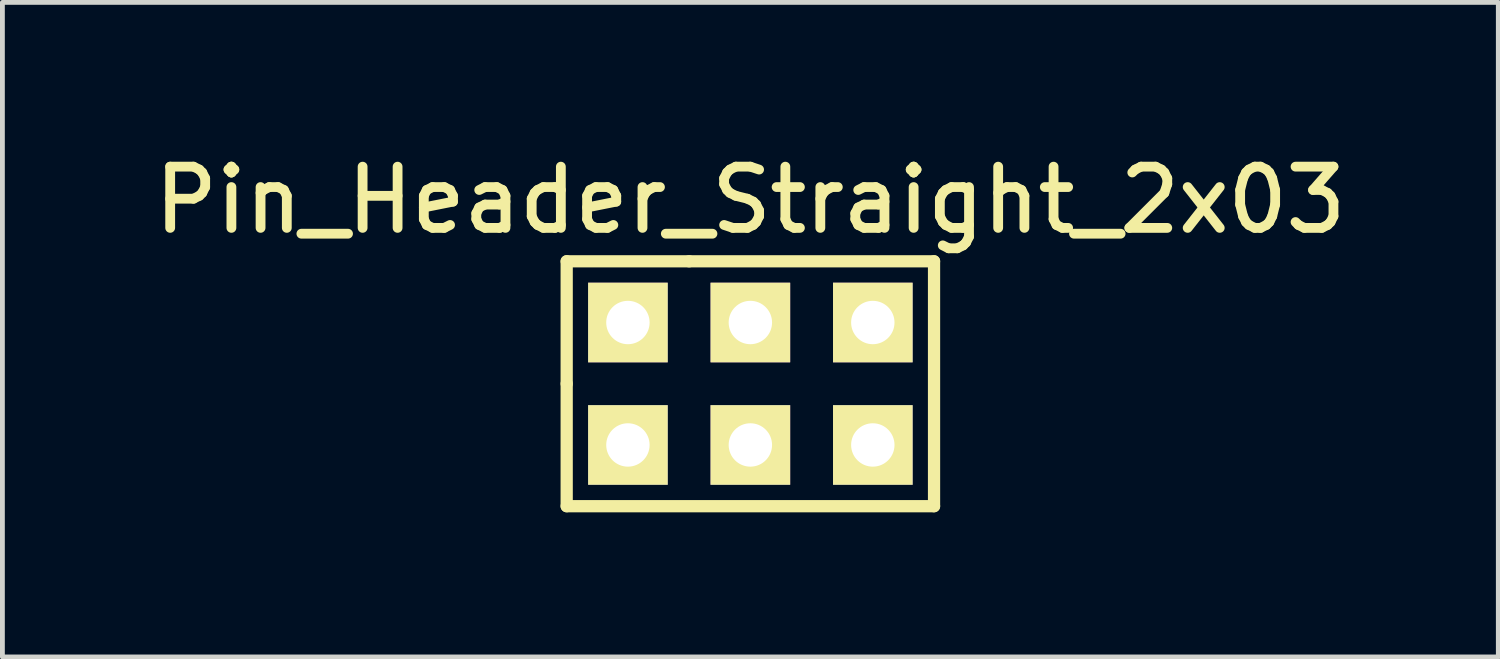
<source format=kicad_pcb>
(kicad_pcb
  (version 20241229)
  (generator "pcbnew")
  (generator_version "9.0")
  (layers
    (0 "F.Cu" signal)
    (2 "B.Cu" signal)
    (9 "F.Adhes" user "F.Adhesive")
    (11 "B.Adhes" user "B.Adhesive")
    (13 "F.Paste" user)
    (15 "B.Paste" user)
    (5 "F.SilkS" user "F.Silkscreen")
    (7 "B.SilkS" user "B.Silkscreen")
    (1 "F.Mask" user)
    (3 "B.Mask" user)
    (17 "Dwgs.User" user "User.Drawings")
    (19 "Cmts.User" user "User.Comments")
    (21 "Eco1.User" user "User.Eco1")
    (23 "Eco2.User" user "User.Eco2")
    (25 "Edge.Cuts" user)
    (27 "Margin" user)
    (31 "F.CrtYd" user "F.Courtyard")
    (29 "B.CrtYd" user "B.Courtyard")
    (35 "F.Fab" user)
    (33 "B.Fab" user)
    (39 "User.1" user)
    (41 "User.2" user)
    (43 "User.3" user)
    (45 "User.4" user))
  (footprint "Pin_Header_Straight_2x03"
    (placed yes)
    (layer "F.Cu")
    (at 12.515 4.91)
    (property "Reference" "Pin_Header_Straight_2x03" (at 0 -3.81 0) (layer "F.SilkS") (effects (font (size 1.27 1.27) (thickness 0.203))))
    (attr through_hole)
    (fp_line (start -3.81 -2.54) (end -3.81 0) (stroke (width 0.254) (type solid)) (layer "F.SilkS"))
    (fp_line (start -3.81 2.54) (end -3.81 0) (stroke (width 0.254) (type solid)) (layer "F.SilkS"))
    (fp_line (start -3.81 2.54) (end 3.81 2.54) (stroke (width 0.254) (type solid)) (layer "F.SilkS"))
    (fp_line (start -1.27 -2.54) (end -3.81 -2.54) (stroke (width 0.254) (type solid)) (layer "F.SilkS"))
    (fp_line (start 3.81 -2.54) (end -1.27 -2.54) (stroke (width 0.254) (type solid)) (layer "F.SilkS"))
    (fp_line (start 3.81 2.54) (end 3.81 -2.54) (stroke (width 0.254) (type solid)) (layer "F.SilkS"))
    (pad "1" thru_hole rect (at -2.54 1.27) (size 1.651 1.651) (drill 0.9) (layers "*.Cu" "*.Mask" "F.SilkS"))
    (pad "2" thru_hole rect (at 0 1.27) (size 1.651 1.651) (drill 0.9) (layers "*.Cu" "*.Mask" "F.SilkS"))
    (pad "3" thru_hole rect (at 2.54 1.27) (size 1.651 1.651) (drill 0.9) (layers "*.Cu" "*.Mask" "F.SilkS"))
    (pad "4" thru_hole rect (at 2.54 -1.27) (size 1.651 1.651) (drill 0.9) (layers "*.Cu" "*.Mask" "F.SilkS"))
    (pad "5" thru_hole rect (at 0 -1.27) (size 1.651 1.651) (drill 0.9) (layers "*.Cu" "*.Mask" "F.SilkS"))
    (pad "6" thru_hole rect (at -2.54 -1.27) (size 1.651 1.651) (drill 0.9) (layers "*.Cu" "*.Mask" "F.SilkS")))
  (gr_rect
    (start -3 -3)
    (end 28.03 10.577)
    (stroke (width 0.1) (type default))
    (fill no)
    (layer "Edge.Cuts")))
</source>
